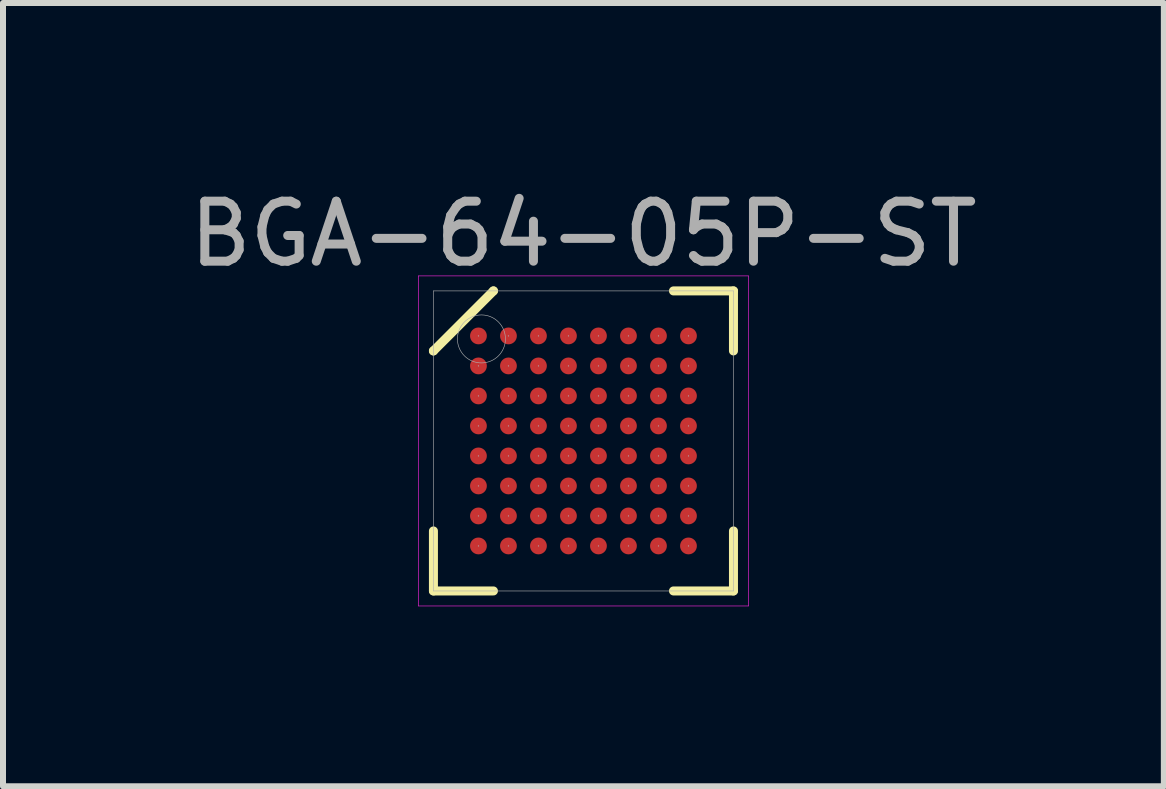
<source format=kicad_pcb>
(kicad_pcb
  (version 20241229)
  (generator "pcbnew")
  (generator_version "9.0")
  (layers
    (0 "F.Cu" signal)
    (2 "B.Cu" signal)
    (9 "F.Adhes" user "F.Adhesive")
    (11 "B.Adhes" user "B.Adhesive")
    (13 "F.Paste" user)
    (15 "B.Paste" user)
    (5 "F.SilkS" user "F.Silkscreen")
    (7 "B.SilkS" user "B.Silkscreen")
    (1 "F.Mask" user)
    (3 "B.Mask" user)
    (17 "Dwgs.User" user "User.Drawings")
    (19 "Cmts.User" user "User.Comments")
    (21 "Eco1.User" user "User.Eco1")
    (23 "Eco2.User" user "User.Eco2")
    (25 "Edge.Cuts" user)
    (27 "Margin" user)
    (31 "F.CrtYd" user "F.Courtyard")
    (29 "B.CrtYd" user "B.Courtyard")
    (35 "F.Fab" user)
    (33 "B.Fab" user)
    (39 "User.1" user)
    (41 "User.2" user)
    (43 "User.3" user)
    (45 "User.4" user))
  (footprint "BGA-64-05P-ST"
    (layer "F.Cu")
    (at 6.673 4.298)
    (property "Reference" "BGA-64-05P-ST" (at 0 -3.45 0) (layer "F.Fab") (effects (font (size 1 1) (thickness 0.15))))
    (attr through_hole)
    (fp_line (start -2.5 -1.5) (end -2.5 -1.5) (stroke (width 0.15) (type solid)) (layer "F.SilkS"))
    (fp_line (start -2.5 -1.5) (end -1.5 -2.5) (stroke (width 0.15) (type solid)) (layer "F.SilkS"))
    (fp_line (start -2.5 2.5) (end -2.5 1.5) (stroke (width 0.15) (type solid)) (layer "F.SilkS"))
    (fp_line (start -1.5 -2.5) (end -1.5 -2.5) (stroke (width 0.15) (type solid)) (layer "F.SilkS"))
    (fp_line (start -1.5 2.5) (end -2.5 2.5) (stroke (width 0.15) (type solid)) (layer "F.SilkS"))
    (fp_line (start 1.5 -2.5) (end 2.5 -2.5) (stroke (width 0.15) (type solid)) (layer "F.SilkS"))
    (fp_line (start 1.5 2.5) (end 2.5 2.5) (stroke (width 0.15) (type solid)) (layer "F.SilkS"))
    (fp_line (start 2.5 -2.5) (end 2.5 -1.5) (stroke (width 0.15) (type solid)) (layer "F.SilkS"))
    (fp_line (start 2.5 2.5) (end 2.5 1.5) (stroke (width 0.15) (type solid)) (layer "F.SilkS"))
    (fp_line (start -2.75 -2.75) (end 2.75 -2.75) (stroke (width 0.01) (type solid)) (layer "F.CrtYd"))
    (fp_line (start -2.75 2.75) (end -2.75 -2.75) (stroke (width 0.01) (type solid)) (layer "F.CrtYd"))
    (fp_line (start 2.75 -2.75) (end 2.75 2.75) (stroke (width 0.01) (type solid)) (layer "F.CrtYd"))
    (fp_line (start 2.75 2.75) (end -2.75 2.75) (stroke (width 0.01) (type solid)) (layer "F.CrtYd"))
    (fp_line (start -2.5 -2.5) (end 2.5 -2.5) (stroke (width 0.01) (type solid)) (layer "F.Fab"))
    (fp_line (start -2.5 2.5) (end -2.5 -2.5) (stroke (width 0.01) (type solid)) (layer "F.Fab"))
    (fp_line (start 2.5 -2.5) (end 2.5 2.5) (stroke (width 0.01) (type solid)) (layer "F.Fab"))
    (fp_line (start 2.5 2.5) (end -2.5 2.5) (stroke (width 0.01) (type solid)) (layer "F.Fab"))
    (fp_circle (center -1.75 -1.75) (end -1.75 -1.75) (stroke (width 0.01) (type solid)) (fill no) (layer "F.Fab"))
    (fp_circle (center -1.75 -1.25) (end -1.75 -1.25) (stroke (width 0.01) (type solid)) (fill no) (layer "F.Fab"))
    (fp_circle (center -1.75 -0.75) (end -1.75 -0.75) (stroke (width 0.01) (type solid)) (fill no) (layer "F.Fab"))
    (fp_circle (center -1.75 -0.25) (end -1.75 -0.25) (stroke (width 0.01) (type solid)) (fill no) (layer "F.Fab"))
    (fp_circle (center -1.75 0.25) (end -1.75 0.25) (stroke (width 0.01) (type solid)) (fill no) (layer "F.Fab"))
    (fp_circle (center -1.75 0.75) (end -1.75 0.75) (stroke (width 0.01) (type solid)) (fill no) (layer "F.Fab"))
    (fp_circle (center -1.75 1.25) (end -1.75 1.25) (stroke (width 0.01) (type solid)) (fill no) (layer "F.Fab"))
    (fp_circle (center -1.75 1.75) (end -1.75 1.75) (stroke (width 0.01) (type solid)) (fill no) (layer "F.Fab"))
    (fp_circle (center -1.7 -1.7) (end -1.7 -1.3) (stroke (width 0.01) (type solid)) (fill no) (layer "F.Fab"))
    (fp_circle (center -1.25 -1.75) (end -1.25 -1.75) (stroke (width 0.01) (type solid)) (fill no) (layer "F.Fab"))
    (fp_circle (center -1.25 -1.25) (end -1.25 -1.25) (stroke (width 0.01) (type solid)) (fill no) (layer "F.Fab"))
    (fp_circle (center -1.25 -0.75) (end -1.25 -0.75) (stroke (width 0.01) (type solid)) (fill no) (layer "F.Fab"))
    (fp_circle (center -1.25 -0.25) (end -1.25 -0.25) (stroke (width 0.01) (type solid)) (fill no) (layer "F.Fab"))
    (fp_circle (center -1.25 0.25) (end -1.25 0.25) (stroke (width 0.01) (type solid)) (fill no) (layer "F.Fab"))
    (fp_circle (center -1.25 0.75) (end -1.25 0.75) (stroke (width 0.01) (type solid)) (fill no) (layer "F.Fab"))
    (fp_circle (center -1.25 1.25) (end -1.25 1.25) (stroke (width 0.01) (type solid)) (fill no) (layer "F.Fab"))
    (fp_circle (center -1.25 1.75) (end -1.25 1.75) (stroke (width 0.01) (type solid)) (fill no) (layer "F.Fab"))
    (fp_circle (center -0.75 -1.75) (end -0.75 -1.75) (stroke (width 0.01) (type solid)) (fill no) (layer "F.Fab"))
    (fp_circle (center -0.75 -1.25) (end -0.75 -1.25) (stroke (width 0.01) (type solid)) (fill no) (layer "F.Fab"))
    (fp_circle (center -0.75 -0.75) (end -0.75 -0.75) (stroke (width 0.01) (type solid)) (fill no) (layer "F.Fab"))
    (fp_circle (center -0.75 -0.25) (end -0.75 -0.25) (stroke (width 0.01) (type solid)) (fill no) (layer "F.Fab"))
    (fp_circle (center -0.75 0.25) (end -0.75 0.25) (stroke (width 0.01) (type solid)) (fill no) (layer "F.Fab"))
    (fp_circle (center -0.75 0.75) (end -0.75 0.75) (stroke (width 0.01) (type solid)) (fill no) (layer "F.Fab"))
    (fp_circle (center -0.75 1.25) (end -0.75 1.25) (stroke (width 0.01) (type solid)) (fill no) (layer "F.Fab"))
    (fp_circle (center -0.75 1.75) (end -0.75 1.75) (stroke (width 0.01) (type solid)) (fill no) (layer "F.Fab"))
    (fp_circle (center -0.25 -1.75) (end -0.25 -1.75) (stroke (width 0.01) (type solid)) (fill no) (layer "F.Fab"))
    (fp_circle (center -0.25 -1.25) (end -0.25 -1.25) (stroke (width 0.01) (type solid)) (fill no) (layer "F.Fab"))
    (fp_circle (center -0.25 -0.75) (end -0.25 -0.75) (stroke (width 0.01) (type solid)) (fill no) (layer "F.Fab"))
    (fp_circle (center -0.25 -0.25) (end -0.25 -0.25) (stroke (width 0.01) (type solid)) (fill no) (layer "F.Fab"))
    (fp_circle (center -0.25 0.25) (end -0.25 0.25) (stroke (width 0.01) (type solid)) (fill no) (layer "F.Fab"))
    (fp_circle (center -0.25 0.75) (end -0.25 0.75) (stroke (width 0.01) (type solid)) (fill no) (layer "F.Fab"))
    (fp_circle (center -0.25 1.25) (end -0.25 1.25) (stroke (width 0.01) (type solid)) (fill no) (layer "F.Fab"))
    (fp_circle (center -0.25 1.75) (end -0.25 1.75) (stroke (width 0.01) (type solid)) (fill no) (layer "F.Fab"))
    (fp_circle (center 0.25 -1.75) (end 0.25 -1.75) (stroke (width 0.01) (type solid)) (fill no) (layer "F.Fab"))
    (fp_circle (center 0.25 -1.25) (end 0.25 -1.25) (stroke (width 0.01) (type solid)) (fill no) (layer "F.Fab"))
    (fp_circle (center 0.25 -0.75) (end 0.25 -0.75) (stroke (width 0.01) (type solid)) (fill no) (layer "F.Fab"))
    (fp_circle (center 0.25 -0.25) (end 0.25 -0.25) (stroke (width 0.01) (type solid)) (fill no) (layer "F.Fab"))
    (fp_circle (center 0.25 0.25) (end 0.25 0.25) (stroke (width 0.01) (type solid)) (fill no) (layer "F.Fab"))
    (fp_circle (center 0.25 0.75) (end 0.25 0.75) (stroke (width 0.01) (type solid)) (fill no) (layer "F.Fab"))
    (fp_circle (center 0.25 1.25) (end 0.25 1.25) (stroke (width 0.01) (type solid)) (fill no) (layer "F.Fab"))
    (fp_circle (center 0.25 1.75) (end 0.25 1.75) (stroke (width 0.01) (type solid)) (fill no) (layer "F.Fab"))
    (fp_circle (center 0.75 -1.75) (end 0.75 -1.75) (stroke (width 0.01) (type solid)) (fill no) (layer "F.Fab"))
    (fp_circle (center 0.75 -1.25) (end 0.75 -1.25) (stroke (width 0.01) (type solid)) (fill no) (layer "F.Fab"))
    (fp_circle (center 0.75 -0.75) (end 0.75 -0.75) (stroke (width 0.01) (type solid)) (fill no) (layer "F.Fab"))
    (fp_circle (center 0.75 -0.25) (end 0.75 -0.25) (stroke (width 0.01) (type solid)) (fill no) (layer "F.Fab"))
    (fp_circle (center 0.75 0.25) (end 0.75 0.25) (stroke (width 0.01) (type solid)) (fill no) (layer "F.Fab"))
    (fp_circle (center 0.75 0.75) (end 0.75 0.75) (stroke (width 0.01) (type solid)) (fill no) (layer "F.Fab"))
    (fp_circle (center 0.75 1.25) (end 0.75 1.25) (stroke (width 0.01) (type solid)) (fill no) (layer "F.Fab"))
    (fp_circle (center 0.75 1.75) (end 0.75 1.75) (stroke (width 0.01) (type solid)) (fill no) (layer "F.Fab"))
    (fp_circle (center 1.25 -1.75) (end 1.25 -1.75) (stroke (width 0.01) (type solid)) (fill no) (layer "F.Fab"))
    (fp_circle (center 1.25 -1.25) (end 1.25 -1.25) (stroke (width 0.01) (type solid)) (fill no) (layer "F.Fab"))
    (fp_circle (center 1.25 -0.75) (end 1.25 -0.75) (stroke (width 0.01) (type solid)) (fill no) (layer "F.Fab"))
    (fp_circle (center 1.25 -0.25) (end 1.25 -0.25) (stroke (width 0.01) (type solid)) (fill no) (layer "F.Fab"))
    (fp_circle (center 1.25 0.25) (end 1.25 0.25) (stroke (width 0.01) (type solid)) (fill no) (layer "F.Fab"))
    (fp_circle (center 1.25 0.75) (end 1.25 0.75) (stroke (width 0.01) (type solid)) (fill no) (layer "F.Fab"))
    (fp_circle (center 1.25 1.25) (end 1.25 1.25) (stroke (width 0.01) (type solid)) (fill no) (layer "F.Fab"))
    (fp_circle (center 1.25 1.75) (end 1.25 1.75) (stroke (width 0.01) (type solid)) (fill no) (layer "F.Fab"))
    (fp_circle (center 1.75 -1.75) (end 1.75 -1.75) (stroke (width 0.01) (type solid)) (fill no) (layer "F.Fab"))
    (fp_circle (center 1.75 -1.25) (end 1.75 -1.25) (stroke (width 0.01) (type solid)) (fill no) (layer "F.Fab"))
    (fp_circle (center 1.75 -0.75) (end 1.75 -0.75) (stroke (width 0.01) (type solid)) (fill no) (layer "F.Fab"))
    (fp_circle (center 1.75 -0.25) (end 1.75 -0.25) (stroke (width 0.01) (type solid)) (fill no) (layer "F.Fab"))
    (fp_circle (center 1.75 0.25) (end 1.75 0.25) (stroke (width 0.01) (type solid)) (fill no) (layer "F.Fab"))
    (fp_circle (center 1.75 0.75) (end 1.75 0.75) (stroke (width 0.01) (type solid)) (fill no) (layer "F.Fab"))
    (fp_circle (center 1.75 1.25) (end 1.75 1.25) (stroke (width 0.01) (type solid)) (fill no) (layer "F.Fab"))
    (fp_circle (center 1.75 1.75) (end 1.75 1.75) (stroke (width 0.01) (type solid)) (fill no) (layer "F.Fab"))
    (pad "A1" smd circle (at -1.75 -1.75) (size 0.28 0.28) (layers "F.Cu" "F.Mask" "F.Paste"))
    (pad "A2" smd circle (at -1.25 -1.75) (size 0.28 0.28) (layers "F.Cu" "F.Mask" "F.Paste"))
    (pad "A3" smd circle (at -0.75 -1.75) (size 0.28 0.28) (layers "F.Cu" "F.Mask" "F.Paste"))
    (pad "A4" smd circle (at -0.25 -1.75) (size 0.28 0.28) (layers "F.Cu" "F.Mask" "F.Paste"))
    (pad "A5" smd circle (at 0.25 -1.75) (size 0.28 0.28) (layers "F.Cu" "F.Mask" "F.Paste"))
    (pad "A6" smd circle (at 0.75 -1.75) (size 0.28 0.28) (layers "F.Cu" "F.Mask" "F.Paste"))
    (pad "A7" smd circle (at 1.25 -1.75) (size 0.28 0.28) (layers "F.Cu" "F.Mask" "F.Paste"))
    (pad "A8" smd circle (at 1.75 -1.75) (size 0.28 0.28) (layers "F.Cu" "F.Mask" "F.Paste"))
    (pad "B1" smd circle (at -1.75 -1.25) (size 0.28 0.28) (layers "F.Cu" "F.Mask" "F.Paste"))
    (pad "B2" smd circle (at -1.25 -1.25) (size 0.28 0.28) (layers "F.Cu" "F.Mask" "F.Paste"))
    (pad "B3" smd circle (at -0.75 -1.25) (size 0.28 0.28) (layers "F.Cu" "F.Mask" "F.Paste"))
    (pad "B4" smd circle (at -0.25 -1.25) (size 0.28 0.28) (layers "F.Cu" "F.Mask" "F.Paste"))
    (pad "B5" smd circle (at 0.25 -1.25) (size 0.28 0.28) (layers "F.Cu" "F.Mask" "F.Paste"))
    (pad "B6" smd circle (at 0.75 -1.25) (size 0.28 0.28) (layers "F.Cu" "F.Mask" "F.Paste"))
    (pad "B7" smd circle (at 1.25 -1.25) (size 0.28 0.28) (layers "F.Cu" "F.Mask" "F.Paste"))
    (pad "B8" smd circle (at 1.75 -1.25) (size 0.28 0.28) (layers "F.Cu" "F.Mask" "F.Paste"))
    (pad "C1" smd circle (at -1.75 -0.75) (size 0.28 0.28) (layers "F.Cu" "F.Mask" "F.Paste"))
    (pad "C2" smd circle (at -1.25 -0.75) (size 0.28 0.28) (layers "F.Cu" "F.Mask" "F.Paste"))
    (pad "C3" smd circle (at -0.75 -0.75) (size 0.28 0.28) (layers "F.Cu" "F.Mask" "F.Paste"))
    (pad "C4" smd circle (at -0.25 -0.75) (size 0.28 0.28) (layers "F.Cu" "F.Mask" "F.Paste"))
    (pad "C5" smd circle (at 0.25 -0.75) (size 0.28 0.28) (layers "F.Cu" "F.Mask" "F.Paste"))
    (pad "C6" smd circle (at 0.75 -0.75) (size 0.28 0.28) (layers "F.Cu" "F.Mask" "F.Paste"))
    (pad "C7" smd circle (at 1.25 -0.75) (size 0.28 0.28) (layers "F.Cu" "F.Mask" "F.Paste"))
    (pad "C8" smd circle (at 1.75 -0.75) (size 0.28 0.28) (layers "F.Cu" "F.Mask" "F.Paste"))
    (pad "D1" smd circle (at -1.75 -0.25) (size 0.28 0.28) (layers "F.Cu" "F.Mask" "F.Paste"))
    (pad "D2" smd circle (at -1.25 -0.25) (size 0.28 0.28) (layers "F.Cu" "F.Mask" "F.Paste"))
    (pad "D3" smd circle (at -0.75 -0.25) (size 0.28 0.28) (layers "F.Cu" "F.Mask" "F.Paste"))
    (pad "D4" smd circle (at -0.25 -0.25) (size 0.28 0.28) (layers "F.Cu" "F.Mask" "F.Paste"))
    (pad "D5" smd circle (at 0.25 -0.25) (size 0.28 0.28) (layers "F.Cu" "F.Mask" "F.Paste"))
    (pad "D6" smd circle (at 0.75 -0.25) (size 0.28 0.28) (layers "F.Cu" "F.Mask" "F.Paste"))
    (pad "D7" smd circle (at 1.25 -0.25) (size 0.28 0.28) (layers "F.Cu" "F.Mask" "F.Paste"))
    (pad "D8" smd circle (at 1.75 -0.25) (size 0.28 0.28) (layers "F.Cu" "F.Mask" "F.Paste"))
    (pad "E1" smd circle (at -1.75 0.25) (size 0.28 0.28) (layers "F.Cu" "F.Mask" "F.Paste"))
    (pad "E2" smd circle (at -1.25 0.25) (size 0.28 0.28) (layers "F.Cu" "F.Mask" "F.Paste"))
    (pad "E3" smd circle (at -0.75 0.25) (size 0.28 0.28) (layers "F.Cu" "F.Mask" "F.Paste"))
    (pad "E4" smd circle (at -0.25 0.25) (size 0.28 0.28) (layers "F.Cu" "F.Mask" "F.Paste"))
    (pad "E5" smd circle (at 0.25 0.25) (size 0.28 0.28) (layers "F.Cu" "F.Mask" "F.Paste"))
    (pad "E6" smd circle (at 0.75 0.25) (size 0.28 0.28) (layers "F.Cu" "F.Mask" "F.Paste"))
    (pad "E7" smd circle (at 1.25 0.25) (size 0.28 0.28) (layers "F.Cu" "F.Mask" "F.Paste"))
    (pad "E8" smd circle (at 1.75 0.25) (size 0.28 0.28) (layers "F.Cu" "F.Mask" "F.Paste"))
    (pad "F1" smd circle (at -1.75 0.75) (size 0.28 0.28) (layers "F.Cu" "F.Mask" "F.Paste"))
    (pad "F2" smd circle (at -1.25 0.75) (size 0.28 0.28) (layers "F.Cu" "F.Mask" "F.Paste"))
    (pad "F3" smd circle (at -0.75 0.75) (size 0.28 0.28) (layers "F.Cu" "F.Mask" "F.Paste"))
    (pad "F4" smd circle (at -0.25 0.75) (size 0.28 0.28) (layers "F.Cu" "F.Mask" "F.Paste"))
    (pad "F5" smd circle (at 0.25 0.75) (size 0.28 0.28) (layers "F.Cu" "F.Mask" "F.Paste"))
    (pad "F6" smd circle (at 0.75 0.75) (size 0.28 0.28) (layers "F.Cu" "F.Mask" "F.Paste"))
    (pad "F7" smd circle (at 1.25 0.75) (size 0.28 0.28) (layers "F.Cu" "F.Mask" "F.Paste"))
    (pad "F8" smd circle (at 1.75 0.75) (size 0.28 0.28) (layers "F.Cu" "F.Mask" "F.Paste"))
    (pad "G1" smd circle (at -1.75 1.25) (size 0.28 0.28) (layers "F.Cu" "F.Mask" "F.Paste"))
    (pad "G2" smd circle (at -1.25 1.25) (size 0.28 0.28) (layers "F.Cu" "F.Mask" "F.Paste"))
    (pad "G3" smd circle (at -0.75 1.25) (size 0.28 0.28) (layers "F.Cu" "F.Mask" "F.Paste"))
    (pad "G4" smd circle (at -0.25 1.25) (size 0.28 0.28) (layers "F.Cu" "F.Mask" "F.Paste"))
    (pad "G5" smd circle (at 0.25 1.25) (size 0.28 0.28) (layers "F.Cu" "F.Mask" "F.Paste"))
    (pad "G6" smd circle (at 0.75 1.25) (size 0.28 0.28) (layers "F.Cu" "F.Mask" "F.Paste"))
    (pad "G7" smd circle (at 1.25 1.25) (size 0.28 0.28) (layers "F.Cu" "F.Mask" "F.Paste"))
    (pad "G8" smd circle (at 1.75 1.25) (size 0.28 0.28) (layers "F.Cu" "F.Mask" "F.Paste"))
    (pad "H1" smd circle (at -1.75 1.75) (size 0.28 0.28) (layers "F.Cu" "F.Mask" "F.Paste"))
    (pad "H2" smd circle (at -1.25 1.75) (size 0.28 0.28) (layers "F.Cu" "F.Mask" "F.Paste"))
    (pad "H3" smd circle (at -0.75 1.75) (size 0.28 0.28) (layers "F.Cu" "F.Mask" "F.Paste"))
    (pad "H4" smd circle (at -0.25 1.75) (size 0.28 0.28) (layers "F.Cu" "F.Mask" "F.Paste"))
    (pad "H5" smd circle (at 0.25 1.75) (size 0.28 0.28) (layers "F.Cu" "F.Mask" "F.Paste"))
    (pad "H6" smd circle (at 0.75 1.75) (size 0.28 0.28) (layers "F.Cu" "F.Mask" "F.Paste"))
    (pad "H7" smd circle (at 1.25 1.75) (size 0.28 0.28) (layers "F.Cu" "F.Mask" "F.Paste"))
    (pad "H8" smd circle (at 1.75 1.75) (size 0.28 0.28) (layers "F.Cu" "F.Mask" "F.Paste")))
  (gr_rect
    (start -3 -3)
    (end 16.345 10.053)
    (stroke (width 0.1) (type default))
    (fill no)
    (layer "Edge.Cuts")))
</source>
